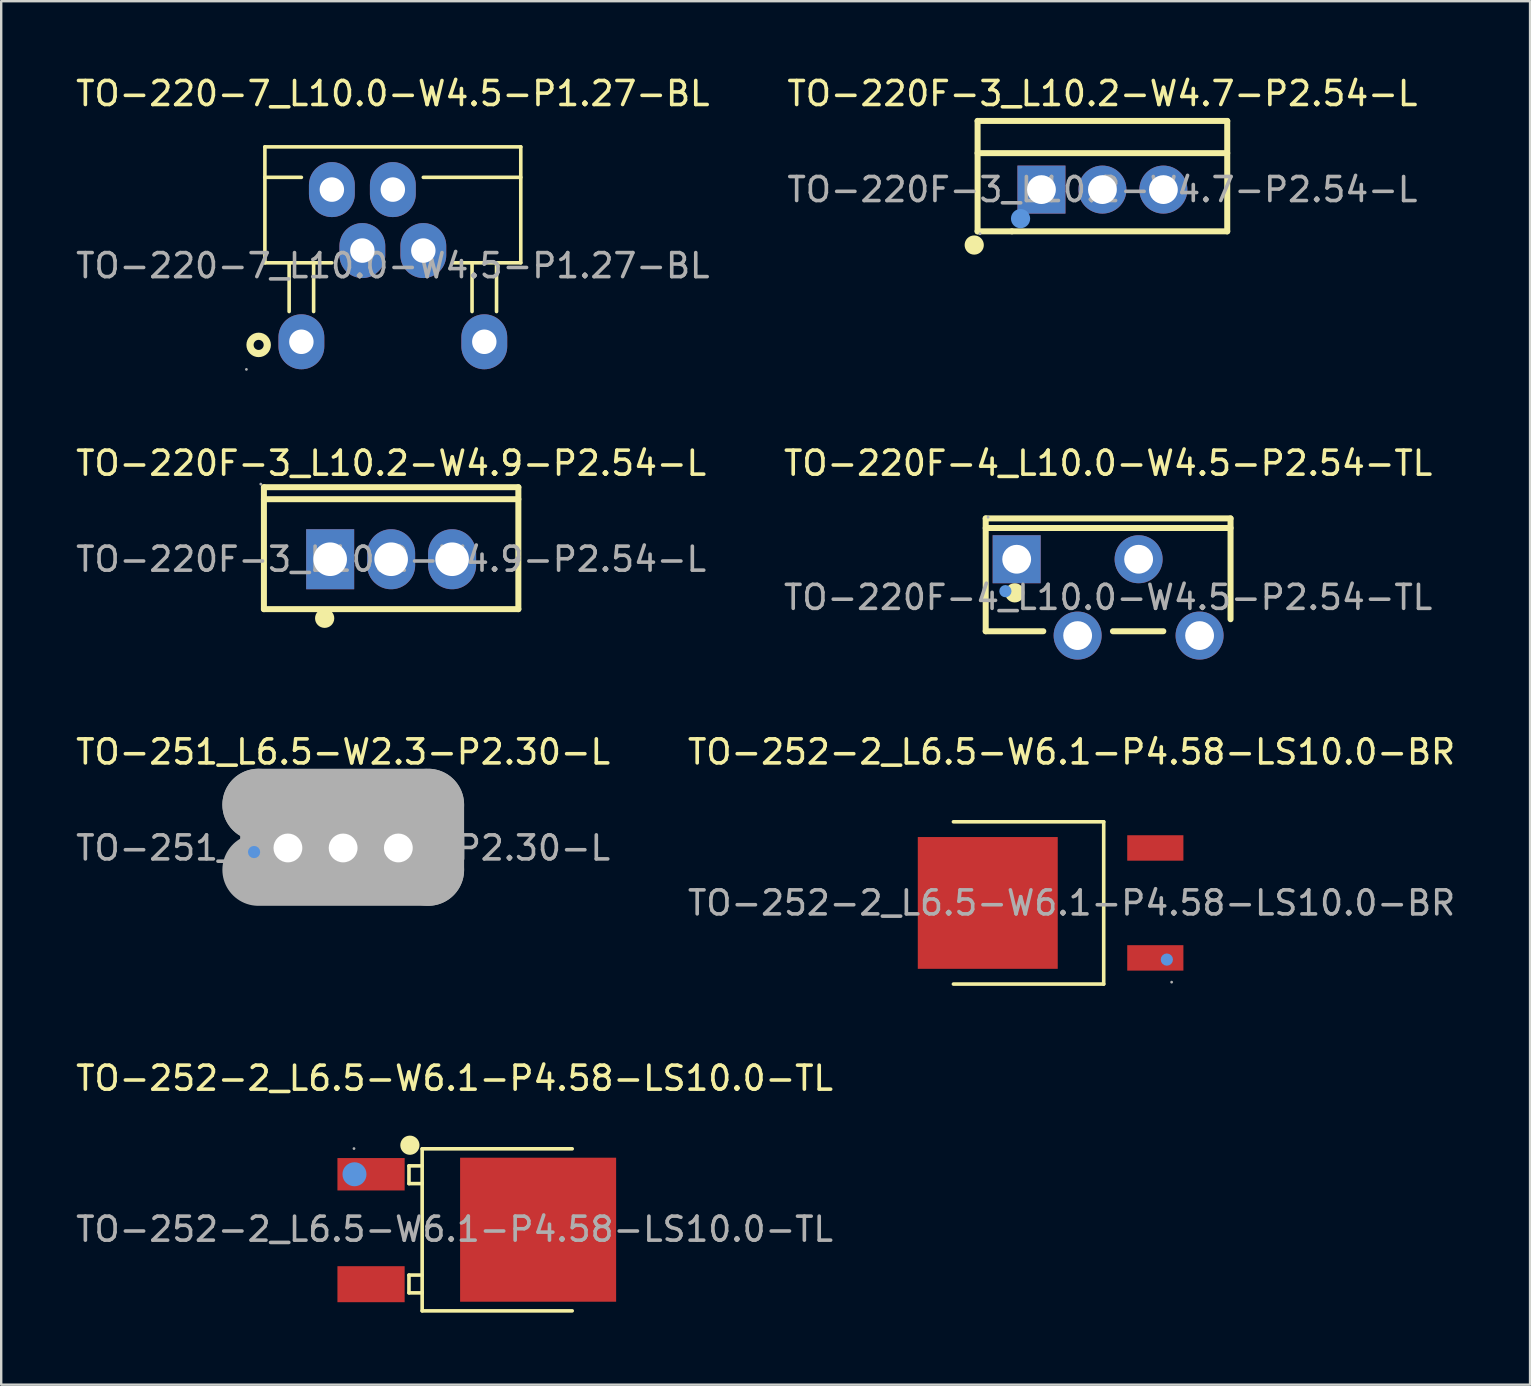
<source format=kicad_pcb>
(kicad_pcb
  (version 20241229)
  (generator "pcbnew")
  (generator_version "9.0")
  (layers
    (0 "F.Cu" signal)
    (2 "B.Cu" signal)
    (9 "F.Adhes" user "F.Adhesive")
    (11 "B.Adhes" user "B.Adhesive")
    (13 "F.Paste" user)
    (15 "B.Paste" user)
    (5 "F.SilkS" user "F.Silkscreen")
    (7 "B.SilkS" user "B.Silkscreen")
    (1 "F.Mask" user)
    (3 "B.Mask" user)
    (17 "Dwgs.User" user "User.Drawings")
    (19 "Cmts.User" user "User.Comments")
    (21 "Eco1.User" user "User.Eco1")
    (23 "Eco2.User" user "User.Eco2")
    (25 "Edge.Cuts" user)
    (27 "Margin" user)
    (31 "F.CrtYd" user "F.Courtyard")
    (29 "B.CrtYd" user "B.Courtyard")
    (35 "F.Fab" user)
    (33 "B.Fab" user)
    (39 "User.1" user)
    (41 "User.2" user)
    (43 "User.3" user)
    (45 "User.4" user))
  (footprint "TO-251_L6.5-W2.3-P2.30-L"
    (layer "F.Cu")
    (at 11.244 32.275)
    (property "Reference" "TO-251_L6.5-W2.3-P2.30-L" (at 0 -4 0) (layer "F.SilkS") (effects (font (size 1 1) (thickness 0.15))))
    (attr through_hole)
    (fp_line (start 3.54 -1.29) (end -3.46 -1.29) (stroke (width 0.25) (type solid)) (layer "F.SilkS"))
    (fp_circle (center -4.06 0.19) (end -3.89 0.19) (stroke (width 0.25) (type solid)) (fill no) (layer "F.SilkS"))
    (fp_circle (center -3.71 0.17) (end -3.58 0.17) (stroke (width 0.25) (type solid)) (fill no) (layer "Cmts.User"))
    (fp_line (start -3.53 -1.8) (end -3.53 -1.8) (stroke (width 3) (type solid)) (layer "F.Fab"))
    (fp_line (start -3.53 -1.8) (end 3.54 -1.8) (stroke (width 3) (type solid)) (layer "F.Fab"))
    (fp_line (start 3.54 -1.8) (end 3.54 0.91) (stroke (width 3) (type solid)) (layer "F.Fab"))
    (fp_line (start 3.54 0.91) (end -3.53 0.91) (stroke (width 3) (type solid)) (layer "F.Fab"))
    (fp_circle (center -3.25 0.72) (end -3.22 0.72) (stroke (width 0.06) (type solid)) (fill no) (layer "F.Fab"))
    (fp_text user "${REFERENCE}" (at 0 0 0) (layer "F.Fab") (effects (font (size 1 1) (thickness 0.15))))
    (pad "1" thru_hole rect (at -2.3 0) (size 1.6 2) (drill 1.2) (layers "*.Cu" "*.Paste" "*.Mask"))
    (pad "2" thru_hole oval (at 0 0) (size 1.6 2) (drill 1.2) (layers "*.Cu" "*.Paste" "*.Mask"))
    (pad "3" thru_hole oval (at 2.3 0) (size 1.6 2) (drill 1.2) (layers "*.Cu" "*.Paste" "*.Mask")))
  (footprint "TO-252-2_L6.5-W6.1-P4.58-LS10.0-TL"
    (layer "F.Cu")
    (at 15.887 48.158)
    (property "Reference" "TO-252-2_L6.5-W6.1-P4.58-LS10.0-TL" (at 0 -6.29 0) (layer "F.SilkS") (effects (font (size 1 1) (thickness 0.15))))
    (attr through_hole)
    (fp_line (start -1.9 -2.64) (end -1.9 -1.9) (stroke (width 0.15) (type solid)) (layer "F.SilkS"))
    (fp_line (start -1.9 -1.9) (end -1.35 -1.9) (stroke (width 0.15) (type solid)) (layer "F.SilkS"))
    (fp_line (start -1.9 1.91) (end -1.9 2.65) (stroke (width 0.15) (type solid)) (layer "F.SilkS"))
    (fp_line (start -1.9 2.65) (end -1.35 2.65) (stroke (width 0.15) (type solid)) (layer "F.SilkS"))
    (fp_line (start -1.35 -3.35) (end -1.35 3.4) (stroke (width 0.15) (type solid)) (layer "F.SilkS"))
    (fp_line (start -1.35 -2.64) (end -1.9 -2.64) (stroke (width 0.15) (type solid)) (layer "F.SilkS"))
    (fp_line (start -1.35 -1.9) (end -1.35 -1.91) (stroke (width 0.15) (type solid)) (layer "F.SilkS"))
    (fp_line (start -1.35 1.91) (end -1.9 1.91) (stroke (width 0.15) (type solid)) (layer "F.SilkS"))
    (fp_line (start -1.35 2.65) (end -1.35 2.64) (stroke (width 0.15) (type solid)) (layer "F.SilkS"))
    (fp_line (start 4.9 -3.35) (end -1.35 -3.35) (stroke (width 0.15) (type solid)) (layer "F.SilkS"))
    (fp_line (start 4.9 3.4) (end -1.35 3.4) (stroke (width 0.15) (type solid)) (layer "F.SilkS"))
    (fp_arc (start -1.86 -3.3) (mid -1.865009 -3.699937) (end -1.849986 -3.300251) (stroke (width 0.4) (type solid)) (layer "F.SilkS"))
    (fp_circle (center -4.17 -2.29) (end -3.92 -2.29) (stroke (width 0.5) (type solid)) (fill no) (layer "Cmts.User"))
    (fp_circle (center -4.19 -3.36) (end -4.16 -3.36) (stroke (width 0.06) (type solid)) (fill no) (layer "F.Fab"))
    (fp_text user "${REFERENCE}" (at 0 0 0) (layer "F.Fab") (effects (font (size 1 1) (thickness 0.15))))
    (pad "1" smd rect (at -3.48 -2.29) (size 2.8 1.35) (layers "F.Cu" "F.Mask" "F.Paste"))
    (pad "3" smd rect (at -3.48 2.29) (size 2.8 1.5) (layers "F.Cu" "F.Mask" "F.Paste"))
    (pad "4" smd rect (at 3.48 0.02) (size 6.5 6) (layers "F.Cu" "F.Mask" "F.Paste")))
  (footprint "TO-220F-3_L10.2-W4.7-P2.54-L"
    (layer "F.Cu")
    (at 42.875 4.848)
    (property "Reference" "TO-220F-3_L10.2-W4.7-P2.54-L" (at 0 -4 0) (layer "F.SilkS") (effects (font (size 1 1) (thickness 0.15))))
    (attr through_hole)
    (fp_line (start -5.2 -2.86) (end -5.2 1.74) (stroke (width 0.25) (type solid)) (layer "F.SilkS"))
    (fp_line (start -5.2 -1.52) (end 5.2 -1.52) (stroke (width 0.25) (type solid)) (layer "F.SilkS"))
    (fp_line (start -5.2 1.74) (end -3.77 1.74) (stroke (width 0.25) (type solid)) (layer "F.SilkS"))
    (fp_line (start -3.77 1.74) (end 5.2 1.74) (stroke (width 0.25) (type solid)) (layer "F.SilkS"))
    (fp_line (start 5.2 -2.86) (end -5.2 -2.86) (stroke (width 0.25) (type solid)) (layer "F.SilkS"))
    (fp_line (start 5.2 -2.86) (end 5.2 1.74) (stroke (width 0.25) (type solid)) (layer "F.SilkS"))
    (fp_arc (start -5.34 2.31) (mid -5.34 2.31) (end -5.34 2.31) (stroke (width 0.4) (type solid)) (layer "F.SilkS"))
    (fp_circle (center -3.41 1.21) (end -3.21 1.21) (stroke (width 0.4) (type solid)) (fill no) (layer "Cmts.User"))
    (fp_circle (center -5.1 1.84) (end -5.07 1.84) (stroke (width 0.06) (type solid)) (fill no) (layer "F.Fab"))
    (fp_text user "${REFERENCE}" (at 0 0 0) (layer "F.Fab") (effects (font (size 1 1) (thickness 0.15))))
    (pad "1" thru_hole rect (at -2.54 0) (size 2 2) (drill 1.2) (layers "*.Cu" "*.Paste" "*.Mask"))
    (pad "2" thru_hole oval (at 0 0) (size 2 2) (drill 1.2) (layers "*.Cu" "*.Paste" "*.Mask"))
    (pad "3" thru_hole oval (at 2.54 0) (size 2 2) (drill 1.2) (layers "*.Cu" "*.Paste" "*.Mask")))
  (footprint "TO-220-7_L10.0-W4.5-P1.27-BL"
    (layer "F.Cu")
    (at 13.315 8.018)
    (property "Reference" "TO-220-7_L10.0-W4.5-P1.27-BL" (at 0 -7.17 0) (layer "F.SilkS") (effects (font (size 1 1) (thickness 0.15))))
    (attr through_hole)
    (fp_line (start -5.33 -4.95) (end -5.33 -0.12) (stroke (width 0.15) (type solid)) (layer "F.SilkS"))
    (fp_line (start -5.33 -3.68) (end -3.81 -3.68) (stroke (width 0.15) (type solid)) (layer "F.SilkS"))
    (fp_line (start -5.33 -0.12) (end -2.54 -0.12) (stroke (width 0.15) (type solid)) (layer "F.SilkS"))
    (fp_line (start -4.32 1.91) (end -4.32 -0.12) (stroke (width 0.15) (type solid)) (layer "F.SilkS"))
    (fp_line (start -3.3 1.91) (end -3.3 -0.12) (stroke (width 0.15) (type solid)) (layer "F.SilkS"))
    (fp_line (start 2.54 -0.12) (end 5.33 -0.12) (stroke (width 0.15) (type solid)) (layer "F.SilkS"))
    (fp_line (start 3.3 1.91) (end 3.3 -0.12) (stroke (width 0.15) (type solid)) (layer "F.SilkS"))
    (fp_line (start 4.32 1.91) (end 4.32 -0.12) (stroke (width 0.15) (type solid)) (layer "F.SilkS"))
    (fp_line (start 5.33 -4.95) (end -5.33 -4.95) (stroke (width 0.15) (type solid)) (layer "F.SilkS"))
    (fp_line (start 5.33 -3.68) (end 1.27 -3.68) (stroke (width 0.15) (type solid)) (layer "F.SilkS"))
    (fp_line (start 5.33 -0.12) (end 5.33 -4.95) (stroke (width 0.15) (type solid)) (layer "F.SilkS"))
    (fp_circle (center -5.59 3.3) (end -5.23 3.3) (stroke (width 0.3) (type solid)) (fill no) (layer "F.SilkS"))
    (fp_circle (center -6.1 4.32) (end -6.07 4.32) (stroke (width 0.06) (type solid)) (fill no) (layer "F.Fab"))
    (fp_text user "${REFERENCE}" (at 0 0 0) (layer "F.Fab") (effects (font (size 1 1) (thickness 0.15))))
    (pad "1" thru_hole oval (at -3.81 3.17) (size 1.91 2.29) (drill oval 1.016 1.021) (layers "*.Cu" "*.Paste" "*.Mask"))
    (pad "2" thru_hole oval (at -2.54 -3.17) (size 1.91 2.29) (drill oval 1.016 1.021) (layers "*.Cu" "*.Paste" "*.Mask"))
    (pad "3" thru_hole oval (at -1.27 -0.63) (size 1.91 2.29) (drill oval 1.016 1.021) (layers "*.Cu" "*.Paste" "*.Mask"))
    (pad "4" thru_hole oval (at 0 -3.17) (size 1.91 2.29) (drill oval 1.016 1.021) (layers "*.Cu" "*.Paste" "*.Mask"))
    (pad "5" thru_hole oval (at 1.27 -0.63) (size 1.91 2.29) (drill oval 1.016 1.021) (layers "*.Cu" "*.Paste" "*.Mask"))
    (pad "7" thru_hole oval (at 3.81 3.17) (size 1.91 2.29) (drill oval 1.016 1.021) (layers "*.Cu" "*.Paste" "*.Mask")))
  (footprint "TO-220F-3_L10.2-W4.9-P2.54-L"
    (layer "F.Cu")
    (at 13.244 20.247)
    (property "Reference" "TO-220F-3_L10.2-W4.9-P2.54-L" (at 0 -4 0) (layer "F.SilkS") (effects (font (size 1 1) (thickness 0.15))))
    (attr through_hole)
    (fp_line (start -5.3 -3) (end 5.3 -3) (stroke (width 0.25) (type solid)) (layer "F.SilkS"))
    (fp_line (start -5.3 2.08) (end -5.3 -3) (stroke (width 0.25) (type solid)) (layer "F.SilkS"))
    (fp_line (start 5.3 -3) (end 5.3 2.08) (stroke (width 0.25) (type solid)) (layer "F.SilkS"))
    (fp_line (start 5.3 -2.5) (end -5.3 -2.5) (stroke (width 0.25) (type solid)) (layer "F.SilkS"))
    (fp_line (start 5.3 2.08) (end -5.3 2.08) (stroke (width 0.25) (type solid)) (layer "F.SilkS"))
    (fp_arc (start -2.76 2.26) (mid -2.774988 2.660188) (end -2.770027 2.25975) (stroke (width 0.4) (type solid)) (layer "F.SilkS"))
    (fp_circle (center -5.43 -3.13) (end -5.4 -3.13) (stroke (width 0.06) (type solid)) (fill no) (layer "F.Fab"))
    (fp_circle (center -2.54 0) (end -2.24 0) (stroke (width 0.6) (type solid)) (fill no) (layer "F.Fab"))
    (fp_circle (center 0 0) (end 0.3 0) (stroke (width 0.6) (type solid)) (fill no) (layer "F.Fab"))
    (fp_circle (center 2.54 0) (end 2.84 0) (stroke (width 0.6) (type solid)) (fill no) (layer "F.Fab"))
    (fp_text user "${REFERENCE}" (at 0 0 0) (layer "F.Fab") (effects (font (size 1 1) (thickness 0.15))))
    (pad "1" thru_hole rect (at -2.54 0) (size 2 2.5) (drill 1.4) (layers "*.Cu" "*.Paste" "*.Mask"))
    (pad "2" thru_hole oval (at 0 0) (size 2 2.5) (drill 1.4) (layers "*.Cu" "*.Paste" "*.Mask"))
    (pad "3" thru_hole oval (at 2.54 0) (size 2 2.5) (drill 1.4) (layers "*.Cu" "*.Paste" "*.Mask")))
  (footprint "TO-252-2_L6.5-W6.1-P4.58-LS10.0-BR"
    (layer "F.Cu")
    (at 41.589 34.565)
    (property "Reference" "TO-252-2_L6.5-W6.1-P4.58-LS10.0-BR" (at 0 -6.29 0) (layer "F.SilkS") (effects (font (size 1 1) (thickness 0.15))))
    (attr through_hole)
    (fp_line (start -4.92 -3.38) (end 1.34 -3.38) (stroke (width 0.15) (type solid)) (layer "F.SilkS"))
    (fp_line (start -4.92 3.38) (end 1.34 3.38) (stroke (width 0.15) (type solid)) (layer "F.SilkS"))
    (fp_line (start 1.34 3.38) (end 1.34 -3.38) (stroke (width 0.15) (type solid)) (layer "F.SilkS"))
    (fp_circle (center 3.97 2.36) (end 4.1 2.36) (stroke (width 0.25) (type solid)) (fill no) (layer "Cmts.User"))
    (fp_circle (center 4.17 3.3) (end 4.2 3.3) (stroke (width 0.06) (type solid)) (fill no) (layer "F.Fab"))
    (fp_text user "${REFERENCE}" (at 0 0 0) (layer "F.Fab") (effects (font (size 1 1) (thickness 0.15))))
    (pad "1" smd rect (at 3.49 2.29) (size 2.34 1.06) (layers "F.Cu" "F.Mask" "F.Paste"))
    (pad "3" smd rect (at 3.49 -2.29) (size 2.34 1.06) (layers "F.Cu" "F.Mask" "F.Paste"))
    (pad "4" smd rect (at -3.49 0) (size 5.83 5.49) (layers "F.Cu" "F.Mask" "F.Paste")))
  (footprint "TO-220F-4_L10.0-W4.5-P2.54-TL"
    (layer "F.Cu")
    (at 43.113 21.837)
    (property "Reference" "TO-220F-4_L10.0-W4.5-P2.54-TL" (at 0 -5.59 0) (layer "F.SilkS") (effects (font (size 1 1) (thickness 0.15))))
    (attr through_hole)
    (fp_line (start -5.1 -3.29) (end -5.1 1.41) (stroke (width 0.25) (type solid)) (layer "F.SilkS"))
    (fp_line (start -5.1 1.41) (end -2.7 1.41) (stroke (width 0.25) (type solid)) (layer "F.SilkS"))
    (fp_line (start 2.3 1.41) (end 0.2 1.41) (stroke (width 0.25) (type solid)) (layer "F.SilkS"))
    (fp_line (start 5.1 -3.29) (end -5.1 -3.29) (stroke (width 0.25) (type solid)) (layer "F.SilkS"))
    (fp_line (start 5.1 -2.89) (end -5.1 -2.89) (stroke (width 0.25) (type solid)) (layer "F.SilkS"))
    (fp_line (start 5.1 0.91) (end 5.1 -3.29) (stroke (width 0.25) (type solid)) (layer "F.SilkS"))
    (fp_arc (start -3.89 -0.19) (mid -3.89 -0.19) (end -3.89 -0.19) (stroke (width 0.4) (type solid)) (layer "F.SilkS"))
    (fp_circle (center -4.28 -0.26) (end -4.15 -0.26) (stroke (width 0.25) (type solid)) (fill no) (layer "Cmts.User"))
    (fp_circle (center -5 -3.34) (end -4.97 -3.34) (stroke (width 0.06) (type solid)) (fill no) (layer "F.Fab"))
    (fp_text user "${REFERENCE}" (at 0 0 0) (layer "F.Fab") (effects (font (size 1 1) (thickness 0.15))))
    (pad "1" thru_hole rect (at -3.81 -1.59) (size 2 2) (drill 1.2) (layers "*.Cu" "*.Paste" "*.Mask"))
    (pad "2" thru_hole circle (at -1.27 1.59) (size 2 2) (drill 1.2) (layers "*.Cu" "*.Paste" "*.Mask"))
    (pad "3" thru_hole circle (at 1.27 -1.59) (size 2 2) (drill 1.2) (layers "*.Cu" "*.Paste" "*.Mask"))
    (pad "4" thru_hole circle (at 3.81 1.59) (size 2 2) (drill 1.2) (layers "*.Cu" "*.Paste" "*.Mask")))
  (gr_rect
    (start -3 -3)
    (end 60.69 54.633)
    (stroke (width 0.1) (type default))
    (fill no)
    (layer "Edge.Cuts")))
</source>
